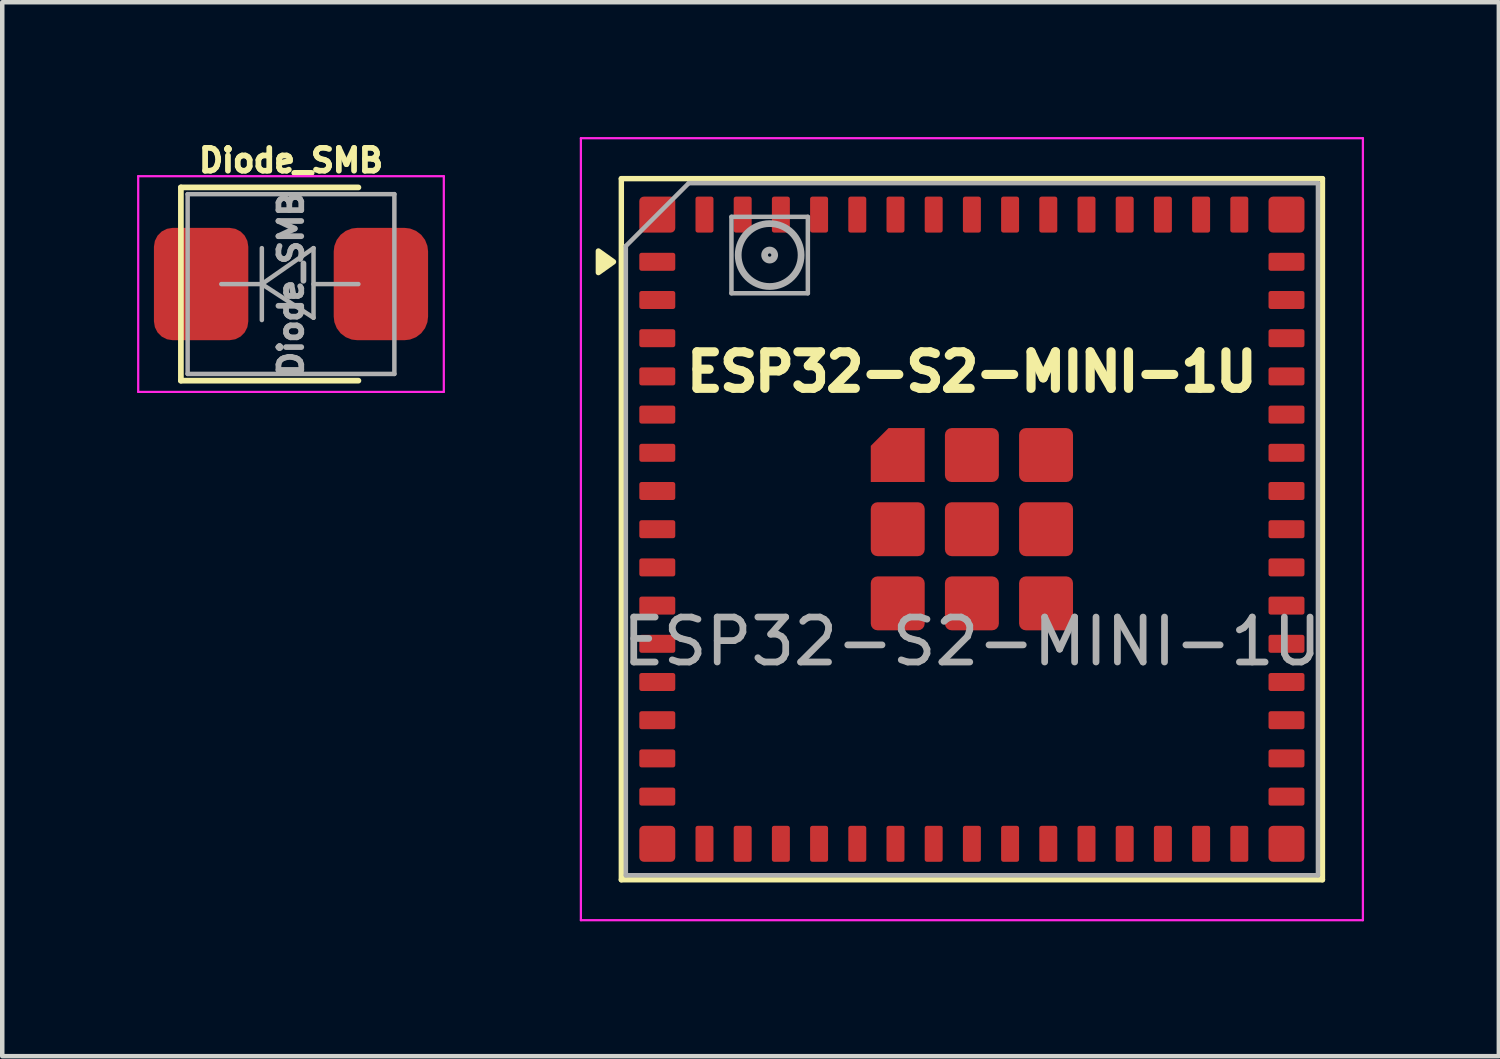
<source format=kicad_pcb>
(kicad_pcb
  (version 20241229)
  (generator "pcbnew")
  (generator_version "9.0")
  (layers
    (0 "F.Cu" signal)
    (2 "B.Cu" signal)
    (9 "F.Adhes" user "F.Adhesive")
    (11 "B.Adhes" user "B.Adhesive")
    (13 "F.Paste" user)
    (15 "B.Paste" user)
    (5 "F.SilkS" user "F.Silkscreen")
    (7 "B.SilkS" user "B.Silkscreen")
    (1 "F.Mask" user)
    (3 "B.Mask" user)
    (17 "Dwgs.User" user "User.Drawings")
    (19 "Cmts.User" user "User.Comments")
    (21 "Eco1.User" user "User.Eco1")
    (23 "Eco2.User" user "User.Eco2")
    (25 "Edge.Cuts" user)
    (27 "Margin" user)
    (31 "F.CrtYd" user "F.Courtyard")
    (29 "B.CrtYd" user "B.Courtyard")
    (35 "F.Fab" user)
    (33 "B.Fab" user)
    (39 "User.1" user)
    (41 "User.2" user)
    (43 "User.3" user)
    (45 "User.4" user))
  (footprint "ESP32-S2-MINI-1U"
    (layer "F.Cu")
    (at 18.575 8.725)
    (property "Reference" "ESP32-S2-MINI-1U" (at 0 -3.5 0) (unlocked yes) (layer "F.SilkS") (effects (font (size 0.813 0.813) (thickness 0.203) (bold yes))))
    (attr smd)
    (fp_line (start -7.8 -7.8) (end 7.8 -7.8) (stroke (width 0.12) (type solid)) (layer "F.SilkS"))
    (fp_line (start -7.8 7.8) (end -7.8 -7.8) (stroke (width 0.12) (type solid)) (layer "F.SilkS"))
    (fp_line (start 7.8 -7.8) (end 7.8 7.8) (stroke (width 0.12) (type solid)) (layer "F.SilkS"))
    (fp_line (start 7.8 7.8) (end -7.8 7.8) (stroke (width 0.12) (type solid)) (layer "F.SilkS"))
    (fp_poly (pts (xy -7.975 -5.95) (xy -8.311 -5.71) (xy -8.311 -6.19) (xy -7.975 -5.95)) (stroke (width 0.12) (type solid)) (fill yes) (layer "F.SilkS"))
    (fp_line (start -8.7 -8.7) (end 8.7 -8.7) (stroke (width 0.05) (type solid)) (layer "F.CrtYd"))
    (fp_line (start -8.7 8.7) (end -8.7 -8.7) (stroke (width 0.05) (type solid)) (layer "F.CrtYd"))
    (fp_line (start 8.7 -8.7) (end 8.7 8.7) (stroke (width 0.05) (type solid)) (layer "F.CrtYd"))
    (fp_line (start 8.7 8.7) (end -8.7 8.7) (stroke (width 0.05) (type solid)) (layer "F.CrtYd"))
    (fp_line (start -7.7 -6.3) (end -6.3 -7.7) (stroke (width 0.1) (type solid)) (layer "F.Fab"))
    (fp_line (start -7.7 7.7) (end -7.7 -6.3) (stroke (width 0.1) (type solid)) (layer "F.Fab"))
    (fp_line (start -6.3 -7.7) (end 7.7 -7.7) (stroke (width 0.1) (type solid)) (layer "F.Fab"))
    (fp_line (start -5.35 -6.95) (end -3.65 -6.95) (stroke (width 0.1) (type solid)) (layer "F.Fab"))
    (fp_line (start -5.35 -5.25) (end -5.35 -6.95) (stroke (width 0.1) (type solid)) (layer "F.Fab"))
    (fp_line (start -3.65 -6.95) (end -3.65 -5.25) (stroke (width 0.1) (type solid)) (layer "F.Fab"))
    (fp_line (start -3.65 -5.25) (end -5.35 -5.25) (stroke (width 0.1) (type solid)) (layer "F.Fab"))
    (fp_line (start 7.7 -7.7) (end 7.7 7.7) (stroke (width 0.1) (type solid)) (layer "F.Fab"))
    (fp_line (start 7.7 7.7) (end -7.7 7.7) (stroke (width 0.1) (type solid)) (layer "F.Fab"))
    (fp_circle (center -4.5 -6.1) (end -4.388 -6.1) (stroke (width 0.15) (type solid)) (fill no) (layer "F.Fab"))
    (fp_circle (center -4.5 -6.1) (end -3.8 -6.1) (stroke (width 0.15) (type solid)) (fill no) (layer "F.Fab"))
    (fp_text user "${REFERENCE}" (at 0 2.5 0) (unlocked yes) (layer "F.Fab") (effects (font (size 1 1) (thickness 0.15))))
    (pad "1" smd roundrect (at -7 -5.95) (size 0.8 0.4) (layers "F.Cu" "F.Mask" "F.Paste") (roundrect_rratio 0.125))
    (pad "2" smd roundrect (at -7 -5.1) (size 0.8 0.4) (layers "F.Cu" "F.Mask" "F.Paste") (roundrect_rratio 0.125))
    (pad "3" smd roundrect (at -7 -4.25) (size 0.8 0.4) (layers "F.Cu" "F.Mask" "F.Paste") (roundrect_rratio 0.125))
    (pad "4" smd roundrect (at -7 -3.4) (size 0.8 0.4) (layers "F.Cu" "F.Mask" "F.Paste") (roundrect_rratio 0.125))
    (pad "5" smd roundrect (at -7 -2.55) (size 0.8 0.4) (layers "F.Cu" "F.Mask" "F.Paste") (roundrect_rratio 0.125))
    (pad "6" smd roundrect (at -7 -1.7) (size 0.8 0.4) (layers "F.Cu" "F.Mask" "F.Paste") (roundrect_rratio 0.125))
    (pad "7" smd roundrect (at -7 -0.85) (size 0.8 0.4) (layers "F.Cu" "F.Mask" "F.Paste") (roundrect_rratio 0.125))
    (pad "8" smd roundrect (at -7 0) (size 0.8 0.4) (layers "F.Cu" "F.Mask" "F.Paste") (roundrect_rratio 0.125))
    (pad "9" smd roundrect (at -7 0.85) (size 0.8 0.4) (layers "F.Cu" "F.Mask" "F.Paste") (roundrect_rratio 0.125))
    (pad "10" smd roundrect (at -7 1.7) (size 0.8 0.4) (layers "F.Cu" "F.Mask" "F.Paste") (roundrect_rratio 0.125))
    (pad "11" smd roundrect (at -7 2.55) (size 0.8 0.4) (layers "F.Cu" "F.Mask" "F.Paste") (roundrect_rratio 0.125))
    (pad "12" smd roundrect (at -7 3.4) (size 0.8 0.4) (layers "F.Cu" "F.Mask" "F.Paste") (roundrect_rratio 0.125))
    (pad "13" smd roundrect (at -7 4.25) (size 0.8 0.4) (layers "F.Cu" "F.Mask" "F.Paste") (roundrect_rratio 0.125))
    (pad "14" smd roundrect (at -7 5.1) (size 0.8 0.4) (layers "F.Cu" "F.Mask" "F.Paste") (roundrect_rratio 0.125))
    (pad "15" smd roundrect (at -7 5.95) (size 0.8 0.4) (layers "F.Cu" "F.Mask" "F.Paste") (roundrect_rratio 0.125))
    (pad "16" smd roundrect (at -5.95 7 90) (size 0.8 0.4) (layers "F.Cu" "F.Mask" "F.Paste") (roundrect_rratio 0.125))
    (pad "17" smd roundrect (at -5.1 7 90) (size 0.8 0.4) (layers "F.Cu" "F.Mask" "F.Paste") (roundrect_rratio 0.125))
    (pad "18" smd roundrect (at -4.25 7 90) (size 0.8 0.4) (layers "F.Cu" "F.Mask" "F.Paste") (roundrect_rratio 0.125))
    (pad "19" smd roundrect (at -3.4 7 90) (size 0.8 0.4) (layers "F.Cu" "F.Mask" "F.Paste") (roundrect_rratio 0.125))
    (pad "20" smd roundrect (at -2.55 7 90) (size 0.8 0.4) (layers "F.Cu" "F.Mask" "F.Paste") (roundrect_rratio 0.125))
    (pad "21" smd roundrect (at -1.7 7 90) (size 0.8 0.4) (layers "F.Cu" "F.Mask" "F.Paste") (roundrect_rratio 0.125))
    (pad "22" smd roundrect (at -0.85 7 90) (size 0.8 0.4) (layers "F.Cu" "F.Mask" "F.Paste") (roundrect_rratio 0.125))
    (pad "23" smd roundrect (at 0 7 90) (size 0.8 0.4) (layers "F.Cu" "F.Mask" "F.Paste") (roundrect_rratio 0.125))
    (pad "24" smd roundrect (at 0.85 7 90) (size 0.8 0.4) (layers "F.Cu" "F.Mask" "F.Paste") (roundrect_rratio 0.125))
    (pad "25" smd roundrect (at 1.7 7 90) (size 0.8 0.4) (layers "F.Cu" "F.Mask" "F.Paste") (roundrect_rratio 0.125))
    (pad "26" smd roundrect (at 2.55 7 90) (size 0.8 0.4) (layers "F.Cu" "F.Mask" "F.Paste") (roundrect_rratio 0.125))
    (pad "27" smd roundrect (at 3.4 7 90) (size 0.8 0.4) (layers "F.Cu" "F.Mask" "F.Paste") (roundrect_rratio 0.125))
    (pad "28" smd roundrect (at 4.25 7 90) (size 0.8 0.4) (layers "F.Cu" "F.Mask" "F.Paste") (roundrect_rratio 0.125))
    (pad "29" smd roundrect (at 5.1 7 90) (size 0.8 0.4) (layers "F.Cu" "F.Mask" "F.Paste") (roundrect_rratio 0.125))
    (pad "30" smd roundrect (at 5.95 7 90) (size 0.8 0.4) (layers "F.Cu" "F.Mask" "F.Paste") (roundrect_rratio 0.125))
    (pad "31" smd roundrect (at 7 5.95) (size 0.8 0.4) (layers "F.Cu" "F.Mask" "F.Paste") (roundrect_rratio 0.125))
    (pad "32" smd roundrect (at 7 5.1) (size 0.8 0.4) (layers "F.Cu" "F.Mask" "F.Paste") (roundrect_rratio 0.125))
    (pad "33" smd roundrect (at 7 4.25) (size 0.8 0.4) (layers "F.Cu" "F.Mask" "F.Paste") (roundrect_rratio 0.125))
    (pad "34" smd roundrect (at 7 3.4) (size 0.8 0.4) (layers "F.Cu" "F.Mask" "F.Paste") (roundrect_rratio 0.125))
    (pad "35" smd roundrect (at 7 2.55) (size 0.8 0.4) (layers "F.Cu" "F.Mask" "F.Paste") (roundrect_rratio 0.125))
    (pad "36" smd roundrect (at 7 1.7) (size 0.8 0.4) (layers "F.Cu" "F.Mask" "F.Paste") (roundrect_rratio 0.125))
    (pad "37" smd roundrect (at 7 0.85) (size 0.8 0.4) (layers "F.Cu" "F.Mask" "F.Paste") (roundrect_rratio 0.125))
    (pad "38" smd roundrect (at 7 0) (size 0.8 0.4) (layers "F.Cu" "F.Mask" "F.Paste") (roundrect_rratio 0.125))
    (pad "39" smd roundrect (at 7 -0.85) (size 0.8 0.4) (layers "F.Cu" "F.Mask" "F.Paste") (roundrect_rratio 0.125))
    (pad "40" smd roundrect (at 7 -1.7) (size 0.8 0.4) (layers "F.Cu" "F.Mask" "F.Paste") (roundrect_rratio 0.125))
    (pad "41" smd roundrect (at 7 -2.55) (size 0.8 0.4) (layers "F.Cu" "F.Mask" "F.Paste") (roundrect_rratio 0.125))
    (pad "42" smd roundrect (at 7 -3.4) (size 0.8 0.4) (layers "F.Cu" "F.Mask" "F.Paste") (roundrect_rratio 0.125))
    (pad "43" smd roundrect (at 7 -4.25) (size 0.8 0.4) (layers "F.Cu" "F.Mask" "F.Paste") (roundrect_rratio 0.125))
    (pad "44" smd roundrect (at 7 -5.1) (size 0.8 0.4) (layers "F.Cu" "F.Mask" "F.Paste") (roundrect_rratio 0.125))
    (pad "45" smd roundrect (at 7 -5.95) (size 0.8 0.4) (layers "F.Cu" "F.Mask" "F.Paste") (roundrect_rratio 0.125))
    (pad "46" smd roundrect (at 5.95 -7 90) (size 0.8 0.4) (layers "F.Cu" "F.Mask" "F.Paste") (roundrect_rratio 0.125))
    (pad "47" smd roundrect (at 5.1 -7 90) (size 0.8 0.4) (layers "F.Cu" "F.Mask" "F.Paste") (roundrect_rratio 0.125))
    (pad "48" smd roundrect (at 4.25 -7 90) (size 0.8 0.4) (layers "F.Cu" "F.Mask" "F.Paste") (roundrect_rratio 0.125))
    (pad "49" smd roundrect (at 3.4 -7 90) (size 0.8 0.4) (layers "F.Cu" "F.Mask" "F.Paste") (roundrect_rratio 0.125))
    (pad "50" smd roundrect (at 2.55 -7 90) (size 0.8 0.4) (layers "F.Cu" "F.Mask" "F.Paste") (roundrect_rratio 0.125))
    (pad "51" smd roundrect (at 1.7 -7 90) (size 0.8 0.4) (layers "F.Cu" "F.Mask" "F.Paste") (roundrect_rratio 0.125))
    (pad "52" smd roundrect (at 0.85 -7 90) (size 0.8 0.4) (layers "F.Cu" "F.Mask" "F.Paste") (roundrect_rratio 0.125))
    (pad "53" smd roundrect (at 0 -7 90) (size 0.8 0.4) (layers "F.Cu" "F.Mask" "F.Paste") (roundrect_rratio 0.125))
    (pad "54" smd roundrect (at -0.85 -7 90) (size 0.8 0.4) (layers "F.Cu" "F.Mask" "F.Paste") (roundrect_rratio 0.125))
    (pad "55" smd roundrect (at -1.7 -7 90) (size 0.8 0.4) (layers "F.Cu" "F.Mask" "F.Paste") (roundrect_rratio 0.125))
    (pad "56" smd roundrect (at -2.55 -7 90) (size 0.8 0.4) (layers "F.Cu" "F.Mask" "F.Paste") (roundrect_rratio 0.125))
    (pad "57" smd roundrect (at -3.4 -7 90) (size 0.8 0.4) (layers "F.Cu" "F.Mask" "F.Paste") (roundrect_rratio 0.125))
    (pad "58" smd roundrect (at -4.25 -7 90) (size 0.8 0.4) (layers "F.Cu" "F.Mask" "F.Paste") (roundrect_rratio 0.125))
    (pad "59" smd roundrect (at -5.1 -7 90) (size 0.8 0.4) (layers "F.Cu" "F.Mask" "F.Paste") (roundrect_rratio 0.125))
    (pad "60" smd roundrect (at -5.95 -7 90) (size 0.8 0.4) (layers "F.Cu" "F.Mask" "F.Paste") (roundrect_rratio 0.125))
    (pad "61" smd roundrect (at -1.65 -1.65) (size 1.2 1.2) (layers "F.Cu" "F.Mask" "F.Paste") (roundrect_rratio 0) (chamfer_ratio 0.33) (chamfer top_left))
    (pad "61" smd roundrect (at -1.65 0) (size 1.2 1.2) (layers "F.Cu" "F.Mask" "F.Paste") (roundrect_rratio 0.125))
    (pad "61" smd roundrect (at -1.65 1.65) (size 1.2 1.2) (layers "F.Cu" "F.Mask" "F.Paste") (roundrect_rratio 0.125))
    (pad "61" smd roundrect (at 0 -1.65) (size 1.2 1.2) (layers "F.Cu" "F.Mask" "F.Paste") (roundrect_rratio 0.125))
    (pad "61" smd roundrect (at 0 0) (size 1.2 1.2) (layers "F.Cu" "F.Mask" "F.Paste") (roundrect_rratio 0.125))
    (pad "61" smd roundrect (at 0 1.65) (size 1.2 1.2) (layers "F.Cu" "F.Mask" "F.Paste") (roundrect_rratio 0.125))
    (pad "61" smd roundrect (at 1.65 -1.65) (size 1.2 1.2) (layers "F.Cu" "F.Mask" "F.Paste") (roundrect_rratio 0.125))
    (pad "61" smd roundrect (at 1.65 0) (size 1.2 1.2) (layers "F.Cu" "F.Mask" "F.Paste") (roundrect_rratio 0.125))
    (pad "61" smd roundrect (at 1.65 1.65) (size 1.2 1.2) (layers "F.Cu" "F.Mask" "F.Paste") (roundrect_rratio 0.125))
    (pad "62" smd roundrect (at -7 -7) (size 0.8 0.8) (layers "F.Cu" "F.Mask" "F.Paste") (roundrect_rratio 0.125))
    (pad "63" smd roundrect (at -7 7) (size 0.8 0.8) (layers "F.Cu" "F.Mask" "F.Paste") (roundrect_rratio 0.125))
    (pad "64" smd roundrect (at 7 7) (size 0.8 0.8) (layers "F.Cu" "F.Mask" "F.Paste") (roundrect_rratio 0.125))
    (pad "65" smd roundrect (at 7 -7) (size 0.8 0.8) (layers "F.Cu" "F.Mask" "F.Paste") (roundrect_rratio 0.125)))
  (footprint "Diode_SMB"
    (layer "F.Cu")
    (at 3.425 3.27)
    (property "Reference" "Diode_SMB" (at 0 -2.75 0) (layer "F.SilkS") (effects (font (size 0.508 0.508) (thickness 0.127))))
    (attr smd)
    (fp_line (start -2.45 -2.15) (end -2.45 2.15) (stroke (width 0.127) (type solid)) (layer "F.SilkS"))
    (fp_line (start -2.45 -2.15) (end 1.5 -2.15) (stroke (width 0.127) (type solid)) (layer "F.SilkS"))
    (fp_line (start -2.45 2.15) (end 1.5 2.15) (stroke (width 0.127) (type solid)) (layer "F.SilkS"))
    (fp_line (start -3.4 -2.4) (end 3.4 -2.4) (stroke (width 0.05) (type solid)) (layer "F.CrtYd"))
    (fp_line (start -3.4 2.4) (end -3.4 -2.4) (stroke (width 0.05) (type solid)) (layer "F.CrtYd"))
    (fp_line (start 3.4 -2.4) (end 3.4 2.4) (stroke (width 0.05) (type solid)) (layer "F.CrtYd"))
    (fp_line (start 3.4 2.4) (end -3.4 2.4) (stroke (width 0.05) (type solid)) (layer "F.CrtYd"))
    (fp_line (start -2.3 2) (end -2.3 -2) (stroke (width 0.1) (type solid)) (layer "F.Fab"))
    (fp_line (start -0.649 -0.799) (end -0.649 0.801) (stroke (width 0.1) (type solid)) (layer "F.Fab"))
    (fp_line (start -0.649 0.001) (end -1.551 0.001) (stroke (width 0.1) (type solid)) (layer "F.Fab"))
    (fp_line (start -0.649 0.001) (end 0.501 -0.799) (stroke (width 0.1) (type solid)) (layer "F.Fab"))
    (fp_line (start -0.649 0.001) (end 0.501 0.75) (stroke (width 0.1) (type solid)) (layer "F.Fab"))
    (fp_line (start 0.501 0.001) (end 1.499 0.001) (stroke (width 0.1) (type solid)) (layer "F.Fab"))
    (fp_line (start 0.501 0.75) (end 0.501 -0.799) (stroke (width 0.1) (type solid)) (layer "F.Fab"))
    (fp_line (start 2.3 -2) (end -2.3 -2) (stroke (width 0.1) (type solid)) (layer "F.Fab"))
    (fp_line (start 2.3 -2) (end 2.3 2) (stroke (width 0.1) (type solid)) (layer "F.Fab"))
    (fp_line (start 2.3 2) (end -2.3 2) (stroke (width 0.1) (type solid)) (layer "F.Fab"))
    (fp_text user "${REFERENCE}" (at 0 0 90) (layer "F.Fab") (effects (font (size 0.508 0.508) (thickness 0.127))))
    (pad "1" smd roundrect (at -2 0) (size 2.1 2.5) (layers "F.Cu" "F.Mask" "F.Paste") (roundrect_rratio 0.2))
    (pad "2" smd roundrect (at 2 0) (size 2.1 2.5) (layers "F.Cu" "F.Mask" "F.Paste") (roundrect_rratio 0.25)))
  (gr_rect
    (start -3 -3)
    (end 30.3 20.45)
    (stroke (width 0.1) (type default))
    (fill no)
    (layer "Edge.Cuts")))
</source>
